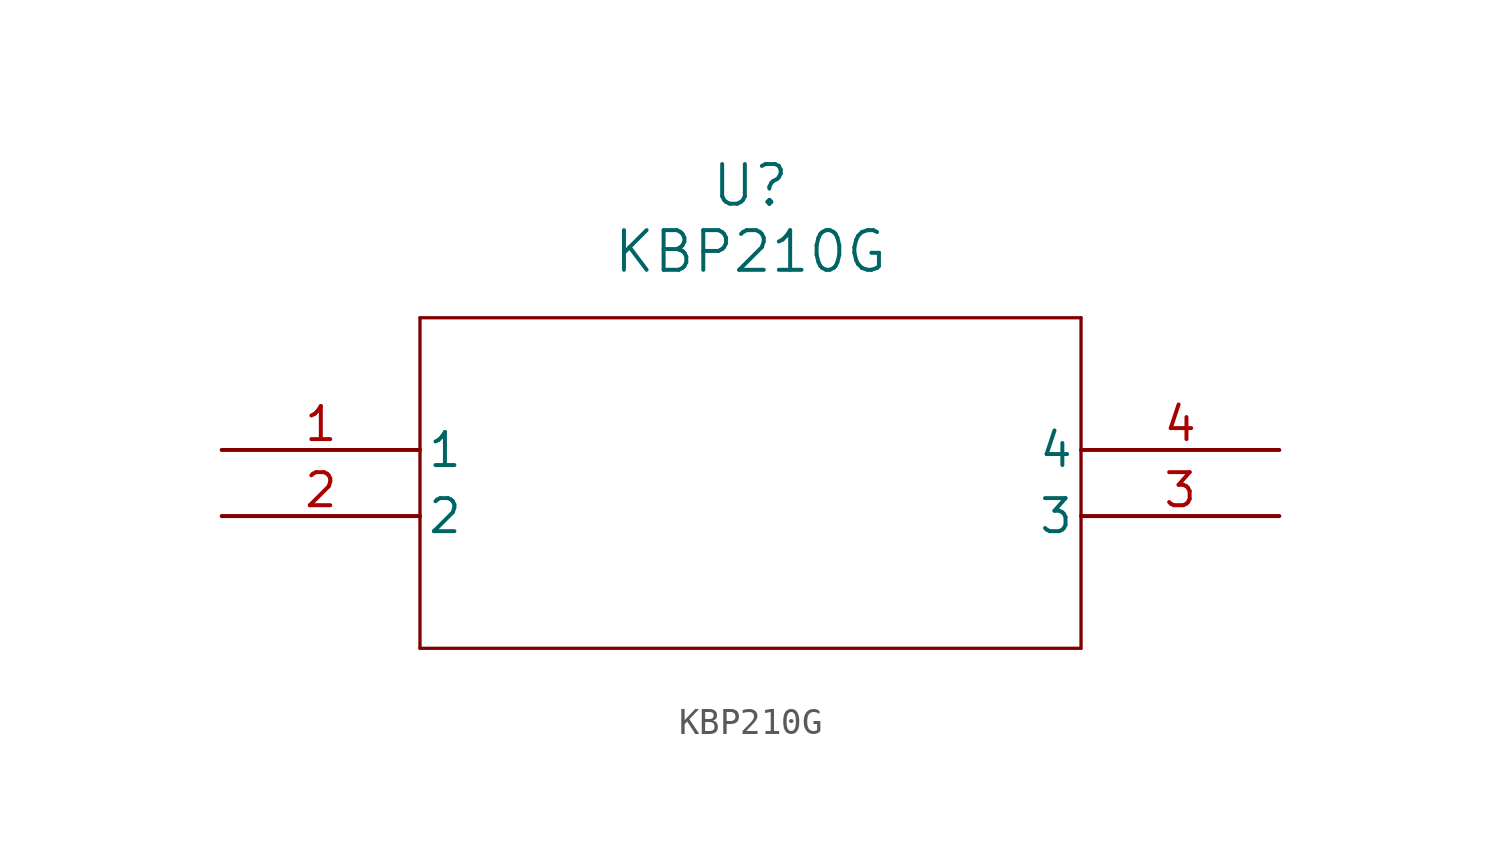
<source format=kicad_sym>
(kicad_symbol_lib
  (version 20211014)
  (generator kicad_symbol_editor)
  (symbol "KBP210G"
    (pin_names
      (offset 0.254))
    (property "Reference" "U"
      (at 20.32 10.16 0)
      (effects (font (size 1.524 1.524))))
    (property "Value" "KBP210G"
      (at 20.32 7.62 0)
      (effects (font (size 1.524 1.524))))
    (symbol "KBP210G_0_1"
      (polyline (pts (xy 7.62 5.08) (xy 7.62 -7.62)) (stroke (width 0.127) (type default) (color 0 0 0 0)) (fill (type none)))
      (polyline (pts (xy 7.62 -7.62) (xy 33.02 -7.62)) (stroke (width 0.127) (type default) (color 0 0 0 0)) (fill (type none)))
      (polyline (pts (xy 33.02 -7.62) (xy 33.02 5.08)) (stroke (width 0.127) (type default) (color 0 0 0 0)) (fill (type none)))
      (polyline (pts (xy 33.02 5.08) (xy 7.62 5.08)) (stroke (width 0.127) (type default) (color 0 0 0 0)) (fill (type none)))
      (pin unspecified line (at 0 0 0) (length 7.62) (name "1" (effects (font (size 1.27 1.27)))) (number "1" (effects (font (size 1.27 1.27)))))
      (pin unspecified line (at 0 -2.54 0) (length 7.62) (name "2" (effects (font (size 1.27 1.27)))) (number "2" (effects (font (size 1.27 1.27)))))
      (pin unspecified line (at 40.64 -2.54 180) (length 7.62) (name "3" (effects (font (size 1.27 1.27)))) (number "3" (effects (font (size 1.27 1.27)))))
      (pin unspecified line (at 40.64 0 180) (length 7.62) (name "4" (effects (font (size 1.27 1.27)))) (number "4" (effects (font (size 1.27 1.27))))))))
</source>
